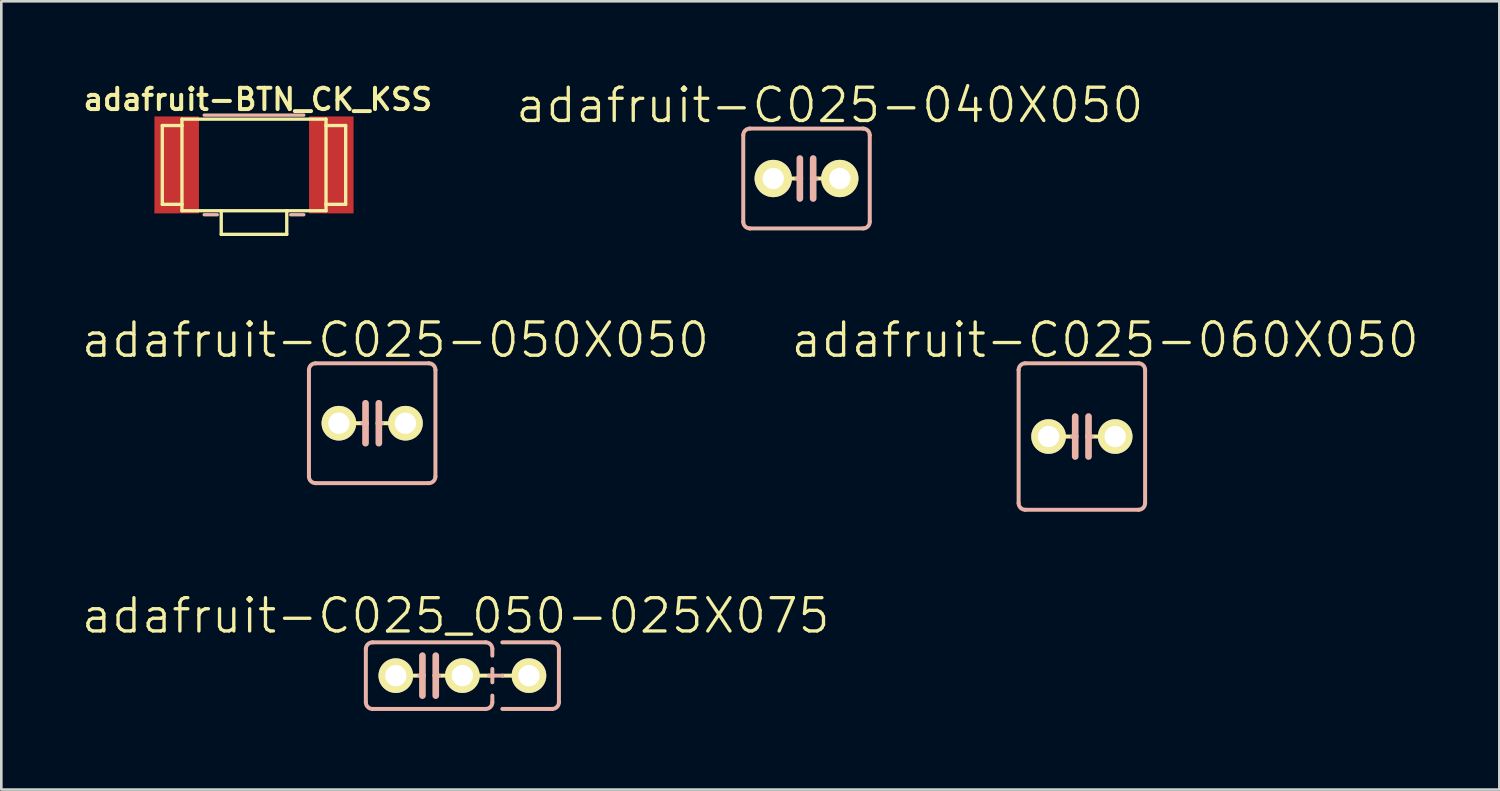
<source format=kicad_pcb>
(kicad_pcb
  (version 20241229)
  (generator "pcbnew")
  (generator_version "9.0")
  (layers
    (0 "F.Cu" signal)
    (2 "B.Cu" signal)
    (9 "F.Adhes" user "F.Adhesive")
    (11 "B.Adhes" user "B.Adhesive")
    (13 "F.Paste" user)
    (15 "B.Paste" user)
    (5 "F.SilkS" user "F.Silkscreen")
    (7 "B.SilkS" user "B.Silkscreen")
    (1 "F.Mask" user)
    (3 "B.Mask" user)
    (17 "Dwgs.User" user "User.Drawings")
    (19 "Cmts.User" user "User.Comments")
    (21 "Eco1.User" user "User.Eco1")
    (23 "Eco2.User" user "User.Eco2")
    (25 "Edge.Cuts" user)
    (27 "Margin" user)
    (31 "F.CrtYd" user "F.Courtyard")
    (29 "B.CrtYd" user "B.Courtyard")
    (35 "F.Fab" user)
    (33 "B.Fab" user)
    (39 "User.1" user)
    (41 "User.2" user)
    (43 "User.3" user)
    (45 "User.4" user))
  (footprint "adafruit-C025_050-025X075"
    (layer "F.Cu")
    (at 13.32 22.726)
    (property "Reference" "adafruit-C025_050-025X075" (at 1.016 -2.286 0) (layer "F.SilkS") (effects (font (size 1.27 1.27) (thickness 0.127))))
    (attr exclude_from_pos_files exclude_from_bom)
    (fp_line (start -0.381 0) (end -0.762 0) (stroke (width 0.152) (type solid)) (layer "F.SilkS"))
    (fp_line (start 0.762 0) (end 0.381 0) (stroke (width 0.152) (type solid)) (layer "F.SilkS"))
    (fp_line (start 1.778 0) (end 2.286 0) (stroke (width 0.152) (type solid)) (layer "F.SilkS"))
    (fp_line (start 2.794 0) (end 3.302 0) (stroke (width 0.152) (type solid)) (layer "F.SilkS"))
    (fp_line (start -2.413 -1.016) (end -2.413 1.016) (stroke (width 0.152) (type solid)) (layer "B.SilkS"))
    (fp_line (start -2.159 -1.27) (end 2.159 -1.27) (stroke (width 0.152) (type solid)) (layer "B.SilkS"))
    (fp_line (start -0.254 -0.762) (end -0.254 0) (stroke (width 0.254) (type solid)) (layer "B.SilkS"))
    (fp_line (start -0.254 0) (end -0.381 0) (stroke (width 0.152) (type solid)) (layer "B.SilkS"))
    (fp_line (start -0.254 0) (end -0.254 0.762) (stroke (width 0.254) (type solid)) (layer "B.SilkS"))
    (fp_line (start 0.254 0) (end 0.254 -0.762) (stroke (width 0.254) (type solid)) (layer "B.SilkS"))
    (fp_line (start 0.254 0) (end 0.254 0.762) (stroke (width 0.254) (type solid)) (layer "B.SilkS"))
    (fp_line (start 0.381 0) (end 0.254 0) (stroke (width 0.152) (type solid)) (layer "B.SilkS"))
    (fp_line (start 2.159 1.27) (end -2.159 1.27) (stroke (width 0.152) (type solid)) (layer "B.SilkS"))
    (fp_line (start 2.286 0) (end 2.794 0) (stroke (width 0.152) (type solid)) (layer "B.SilkS"))
    (fp_line (start 2.413 -1.016) (end 2.413 -0.762) (stroke (width 0.152) (type solid)) (layer "B.SilkS"))
    (fp_line (start 2.413 -0.254) (end 2.413 0.254) (stroke (width 0.152) (type solid)) (layer "B.SilkS"))
    (fp_line (start 2.413 0.762) (end 2.413 1.016) (stroke (width 0.152) (type solid)) (layer "B.SilkS"))
    (fp_line (start 2.794 -1.27) (end 4.699 -1.27) (stroke (width 0.152) (type solid)) (layer "B.SilkS"))
    (fp_line (start 4.699 1.27) (end 2.794 1.27) (stroke (width 0.152) (type solid)) (layer "B.SilkS"))
    (fp_line (start 4.953 -1.016) (end 4.953 1.016) (stroke (width 0.152) (type solid)) (layer "B.SilkS"))
    (fp_arc (start -2.413 -1.016) (mid -2.338605 -1.195605) (end -2.159 -1.27) (stroke (width 0.1524) (type solid)) (layer "B.SilkS"))
    (fp_arc (start -2.159 1.27) (mid -2.338605 1.195605) (end -2.413 1.016) (stroke (width 0.1524) (type solid)) (layer "B.SilkS"))
    (fp_arc (start 2.159 -1.27) (mid 2.338605 -1.195605) (end 2.413 -1.016) (stroke (width 0.1524) (type solid)) (layer "B.SilkS"))
    (fp_arc (start 2.413 1.016) (mid 2.338605 1.195605) (end 2.159 1.27) (stroke (width 0.1524) (type solid)) (layer "B.SilkS"))
    (fp_arc (start 4.699 -1.27) (mid 4.878605 -1.195605) (end 4.953 -1.016) (stroke (width 0.1524) (type solid)) (layer "B.SilkS"))
    (fp_arc (start 4.953 1.016) (mid 4.878605 1.195605) (end 4.699 1.27) (stroke (width 0.1524) (type solid)) (layer "B.SilkS"))
    (pad "1" thru_hole circle (at -1.27 0) (size 1.321 1.321) (drill 0.813) (layers "*.Cu" "F.Mask" "F.SilkS" "F.Paste"))
    (pad "2" thru_hole circle (at 1.27 0) (size 1.321 1.321) (drill 0.813) (layers "*.Cu" "F.Mask" "F.SilkS" "F.Paste"))
    (pad "3" thru_hole circle (at 3.81 0) (size 1.321 1.321) (drill 0.813) (layers "*.Cu" "F.Mask" "F.SilkS" "F.Paste")))
  (footprint "adafruit-C025-060X050"
    (layer "F.Cu")
    (at 38.224 13.604)
    (property "Reference" "adafruit-C025-060X050" (at 0.889 -3.683 0) (layer "F.SilkS") (effects (font (size 1.27 1.27) (thickness 0.127))))
    (attr exclude_from_pos_files exclude_from_bom)
    (fp_line (start -0.381 0) (end -0.762 0) (stroke (width 0.152) (type solid)) (layer "F.SilkS"))
    (fp_line (start 0.762 0) (end 0.381 0) (stroke (width 0.152) (type solid)) (layer "F.SilkS"))
    (fp_line (start -2.413 -2.54) (end -2.413 2.54) (stroke (width 0.152) (type solid)) (layer "B.SilkS"))
    (fp_line (start -2.159 -2.794) (end 2.159 -2.794) (stroke (width 0.152) (type solid)) (layer "B.SilkS"))
    (fp_line (start -0.254 -0.762) (end -0.254 0) (stroke (width 0.254) (type solid)) (layer "B.SilkS"))
    (fp_line (start -0.254 0) (end -0.381 0) (stroke (width 0.152) (type solid)) (layer "B.SilkS"))
    (fp_line (start -0.254 0) (end -0.254 0.762) (stroke (width 0.254) (type solid)) (layer "B.SilkS"))
    (fp_line (start 0.254 0) (end 0.254 -0.762) (stroke (width 0.254) (type solid)) (layer "B.SilkS"))
    (fp_line (start 0.254 0) (end 0.254 0.762) (stroke (width 0.254) (type solid)) (layer "B.SilkS"))
    (fp_line (start 0.381 0) (end 0.254 0) (stroke (width 0.152) (type solid)) (layer "B.SilkS"))
    (fp_line (start 2.159 2.794) (end -2.159 2.794) (stroke (width 0.152) (type solid)) (layer "B.SilkS"))
    (fp_line (start 2.413 -2.54) (end 2.413 2.54) (stroke (width 0.152) (type solid)) (layer "B.SilkS"))
    (fp_arc (start -2.413 -2.54) (mid -2.338605 -2.719605) (end -2.159 -2.794) (stroke (width 0.1524) (type solid)) (layer "B.SilkS"))
    (fp_arc (start -2.159 2.794) (mid -2.338605 2.719605) (end -2.413 2.54) (stroke (width 0.1524) (type solid)) (layer "B.SilkS"))
    (fp_arc (start 2.159 -2.794) (mid 2.338605 -2.719605) (end 2.413 -2.54) (stroke (width 0.1524) (type solid)) (layer "B.SilkS"))
    (fp_arc (start 2.413 2.54) (mid 2.338605 2.719605) (end 2.159 2.794) (stroke (width 0.1524) (type solid)) (layer "B.SilkS"))
    (pad "1" thru_hole circle (at -1.27 0) (size 1.321 1.321) (drill 0.813) (layers "*.Cu" "F.Mask" "F.SilkS" "F.Paste"))
    (pad "2" thru_hole circle (at 1.27 0) (size 1.321 1.321) (drill 0.813) (layers "*.Cu" "F.Mask" "F.SilkS" "F.Paste")))
  (footprint "adafruit-BTN_CK_KSS"
    (layer "F.Cu")
    (at 6.64 3.242)
    (property "Reference" "adafruit-BTN_CK_KSS" (at 0.145 -2.499 0) (layer "F.SilkS") (effects (font (size 0.813 0.813) (thickness 0.152))))
    (attr smd)
    (fp_line (start -3.498 -1.504) (end -2.748 -1.504) (stroke (width 0.127) (type solid)) (layer "F.SilkS"))
    (fp_line (start -3.498 1.504) (end -3.498 -1.504) (stroke (width 0.127) (type solid)) (layer "F.SilkS"))
    (fp_line (start -2.748 -1.748) (end 2.748 -1.748) (stroke (width 0.127) (type solid)) (layer "F.SilkS"))
    (fp_line (start -2.748 -1.504) (end -2.748 -1.748) (stroke (width 0.127) (type solid)) (layer "F.SilkS"))
    (fp_line (start -2.748 1.504) (end -3.498 1.504) (stroke (width 0.127) (type solid)) (layer "F.SilkS"))
    (fp_line (start -2.748 1.504) (end -2.748 -1.504) (stroke (width 0.127) (type solid)) (layer "F.SilkS"))
    (fp_line (start -2.748 1.748) (end -2.748 1.504) (stroke (width 0.127) (type solid)) (layer "F.SilkS"))
    (fp_line (start -1.25 1.748) (end -2.748 1.748) (stroke (width 0.127) (type solid)) (layer "F.SilkS"))
    (fp_line (start -1.25 2.649) (end -1.25 1.748) (stroke (width 0.127) (type solid)) (layer "F.SilkS"))
    (fp_line (start -1.25 2.649) (end 1.25 2.649) (stroke (width 0.127) (type solid)) (layer "F.SilkS"))
    (fp_line (start 1.25 1.748) (end -1.25 1.748) (stroke (width 0.127) (type solid)) (layer "F.SilkS"))
    (fp_line (start 1.25 2.649) (end 1.25 1.748) (stroke (width 0.127) (type solid)) (layer "F.SilkS"))
    (fp_line (start 2.748 -1.748) (end 2.748 -1.504) (stroke (width 0.127) (type solid)) (layer "F.SilkS"))
    (fp_line (start 2.748 -1.504) (end 2.748 1.504) (stroke (width 0.127) (type solid)) (layer "F.SilkS"))
    (fp_line (start 2.748 -1.504) (end 3.498 -1.504) (stroke (width 0.127) (type solid)) (layer "F.SilkS"))
    (fp_line (start 2.748 1.504) (end 2.748 1.748) (stroke (width 0.127) (type solid)) (layer "F.SilkS"))
    (fp_line (start 2.748 1.748) (end 1.25 1.748) (stroke (width 0.127) (type solid)) (layer "F.SilkS"))
    (fp_line (start 3.498 -1.504) (end 3.498 1.504) (stroke (width 0.127) (type solid)) (layer "F.SilkS"))
    (fp_line (start 3.498 1.504) (end 2.748 1.504) (stroke (width 0.127) (type solid)) (layer "F.SilkS"))
    (fp_line (start -1.9 -1.9) (end 1.9 -1.9) (stroke (width 0.127) (type solid)) (layer "B.SilkS"))
    (fp_line (start -1.9 1.9) (end -1.4 1.9) (stroke (width 0.127) (type solid)) (layer "B.SilkS"))
    (fp_line (start 1.4 1.9) (end 1.9 1.9) (stroke (width 0.127) (type solid)) (layer "B.SilkS"))
    (pad "P$1" smd rect (at -2.949 0) (size 1.699 3.698) (layers "F.Cu" "F.Mask" "F.Paste"))
    (pad "P$2" smd rect (at 2.949 0) (size 1.699 3.698) (layers "F.Cu" "F.Mask" "F.Paste")))
  (footprint "adafruit-C025-050X050"
    (layer "F.Cu")
    (at 11.149 13.096)
    (property "Reference" "adafruit-C025-050X050" (at 0.889 -3.175 0) (layer "F.SilkS") (effects (font (size 1.27 1.27) (thickness 0.127))))
    (attr exclude_from_pos_files exclude_from_bom)
    (fp_line (start -0.381 0) (end -0.762 0) (stroke (width 0.152) (type solid)) (layer "F.SilkS"))
    (fp_line (start 0.762 0) (end 0.381 0) (stroke (width 0.152) (type solid)) (layer "F.SilkS"))
    (fp_line (start -2.413 -2.032) (end -2.413 2.032) (stroke (width 0.152) (type solid)) (layer "B.SilkS"))
    (fp_line (start -2.159 -2.286) (end 2.159 -2.286) (stroke (width 0.152) (type solid)) (layer "B.SilkS"))
    (fp_line (start -0.254 -0.762) (end -0.254 0) (stroke (width 0.254) (type solid)) (layer "B.SilkS"))
    (fp_line (start -0.254 0) (end -0.381 0) (stroke (width 0.152) (type solid)) (layer "B.SilkS"))
    (fp_line (start -0.254 0) (end -0.254 0.762) (stroke (width 0.254) (type solid)) (layer "B.SilkS"))
    (fp_line (start 0.254 0) (end 0.254 -0.762) (stroke (width 0.254) (type solid)) (layer "B.SilkS"))
    (fp_line (start 0.254 0) (end 0.254 0.762) (stroke (width 0.254) (type solid)) (layer "B.SilkS"))
    (fp_line (start 0.381 0) (end 0.254 0) (stroke (width 0.152) (type solid)) (layer "B.SilkS"))
    (fp_line (start 2.159 2.286) (end -2.159 2.286) (stroke (width 0.152) (type solid)) (layer "B.SilkS"))
    (fp_line (start 2.413 -2.032) (end 2.413 2.032) (stroke (width 0.152) (type solid)) (layer "B.SilkS"))
    (fp_arc (start -2.413 -2.032) (mid -2.338605 -2.211605) (end -2.159 -2.286) (stroke (width 0.1524) (type solid)) (layer "B.SilkS"))
    (fp_arc (start -2.159 2.286) (mid -2.338605 2.211605) (end -2.413 2.032) (stroke (width 0.1524) (type solid)) (layer "B.SilkS"))
    (fp_arc (start 2.159 -2.286) (mid 2.338605 -2.211605) (end 2.413 -2.032) (stroke (width 0.1524) (type solid)) (layer "B.SilkS"))
    (fp_arc (start 2.413 2.032) (mid 2.338605 2.211605) (end 2.159 2.286) (stroke (width 0.1524) (type solid)) (layer "B.SilkS"))
    (pad "1" thru_hole circle (at -1.27 0) (size 1.321 1.321) (drill 0.813) (layers "*.Cu" "F.Mask" "F.SilkS" "F.Paste"))
    (pad "2" thru_hole circle (at 1.27 0) (size 1.321 1.321) (drill 0.813) (layers "*.Cu" "F.Mask" "F.SilkS" "F.Paste")))
  (footprint "adafruit-C025-040X050"
    (layer "F.Cu")
    (at 27.719 3.76)
    (property "Reference" "adafruit-C025-040X050" (at 0.889 -2.794 0) (layer "F.SilkS") (effects (font (size 1.27 1.27) (thickness 0.127))))
    (attr exclude_from_pos_files exclude_from_bom)
    (fp_line (start -0.381 0) (end -0.762 0) (stroke (width 0.152) (type solid)) (layer "F.SilkS"))
    (fp_line (start 0.762 0) (end 0.381 0) (stroke (width 0.152) (type solid)) (layer "F.SilkS"))
    (fp_line (start -2.413 -1.651) (end -2.413 1.651) (stroke (width 0.152) (type solid)) (layer "B.SilkS"))
    (fp_line (start -2.159 -1.905) (end 2.159 -1.905) (stroke (width 0.152) (type solid)) (layer "B.SilkS"))
    (fp_line (start -0.254 -0.762) (end -0.254 0) (stroke (width 0.254) (type solid)) (layer "B.SilkS"))
    (fp_line (start -0.254 0) (end -0.381 0) (stroke (width 0.152) (type solid)) (layer "B.SilkS"))
    (fp_line (start -0.254 0) (end -0.254 0.762) (stroke (width 0.254) (type solid)) (layer "B.SilkS"))
    (fp_line (start 0.254 0) (end 0.254 -0.762) (stroke (width 0.254) (type solid)) (layer "B.SilkS"))
    (fp_line (start 0.254 0) (end 0.254 0.762) (stroke (width 0.254) (type solid)) (layer "B.SilkS"))
    (fp_line (start 0.381 0) (end 0.254 0) (stroke (width 0.152) (type solid)) (layer "B.SilkS"))
    (fp_line (start 2.159 1.905) (end -2.159 1.905) (stroke (width 0.152) (type solid)) (layer "B.SilkS"))
    (fp_line (start 2.413 -1.651) (end 2.413 1.651) (stroke (width 0.152) (type solid)) (layer "B.SilkS"))
    (fp_arc (start -2.413 -1.651) (mid -2.338605 -1.830605) (end -2.159 -1.905) (stroke (width 0.1524) (type solid)) (layer "B.SilkS"))
    (fp_arc (start -2.159 1.905) (mid -2.338605 1.830605) (end -2.413 1.651) (stroke (width 0.1524) (type solid)) (layer "B.SilkS"))
    (fp_arc (start 2.159 -1.905) (mid 2.338605 -1.830605) (end 2.413 -1.651) (stroke (width 0.1524) (type solid)) (layer "B.SilkS"))
    (fp_arc (start 2.413 1.651) (mid 2.338605 1.830605) (end 2.159 1.905) (stroke (width 0.1524) (type solid)) (layer "B.SilkS"))
    (pad "1" thru_hole circle (at -1.27 0) (size 1.422 1.422) (drill 0.813) (layers "*.Cu" "F.Mask" "F.SilkS" "F.Paste"))
    (pad "2" thru_hole circle (at 1.27 0) (size 1.422 1.422) (drill 0.813) (layers "*.Cu" "F.Mask" "F.SilkS" "F.Paste")))
  (gr_rect
    (start -3 -3)
    (end 54.151 27.072)
    (stroke (width 0.1) (type default))
    (fill no)
    (layer "Edge.Cuts")))
</source>
